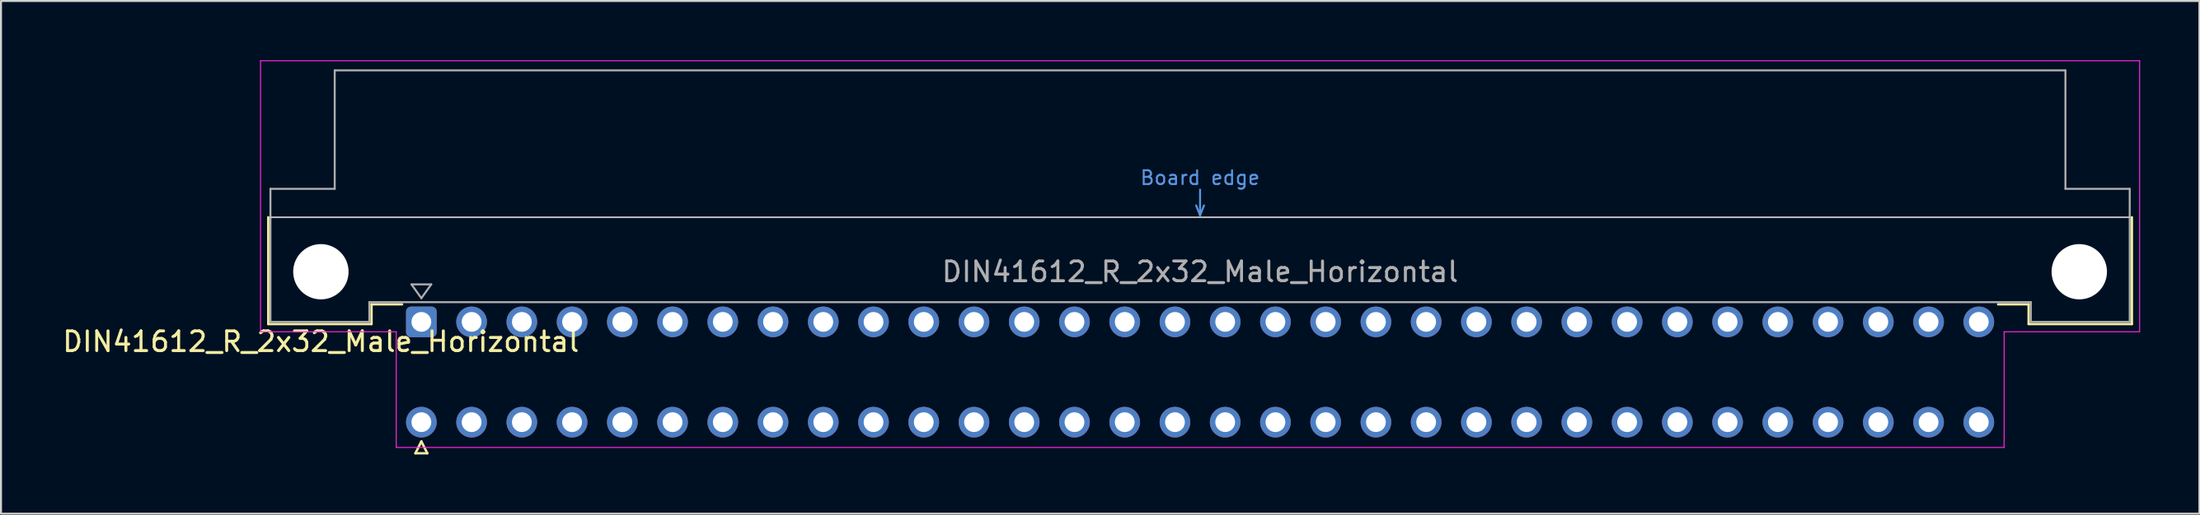
<source format=kicad_pcb>
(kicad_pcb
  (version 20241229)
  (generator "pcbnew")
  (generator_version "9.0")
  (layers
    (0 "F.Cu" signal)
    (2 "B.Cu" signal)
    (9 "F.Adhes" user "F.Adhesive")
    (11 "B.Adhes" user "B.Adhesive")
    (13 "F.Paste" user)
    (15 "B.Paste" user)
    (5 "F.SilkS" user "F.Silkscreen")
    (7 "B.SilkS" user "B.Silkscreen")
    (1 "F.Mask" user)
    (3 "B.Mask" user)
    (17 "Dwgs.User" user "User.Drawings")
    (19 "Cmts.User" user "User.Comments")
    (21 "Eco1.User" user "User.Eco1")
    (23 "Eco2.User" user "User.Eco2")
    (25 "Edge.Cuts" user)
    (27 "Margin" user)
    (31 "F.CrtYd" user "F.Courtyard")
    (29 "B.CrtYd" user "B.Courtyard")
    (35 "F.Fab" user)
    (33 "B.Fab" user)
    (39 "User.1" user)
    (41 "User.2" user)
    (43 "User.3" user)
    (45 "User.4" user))
  (footprint "DIN41612_R_2x32_Male_Horizontal"
    (layer "F.Cu")
    (at 18.253 13.255)
    (property "Reference" "DIN41612_R_2x32_Male_Horizontal" (at -5.08 1 0) (layer "F.SilkS") (effects (font (size 1 1) (thickness 0.15))))
    (attr through_hole)
    (fp_line (start -7.74 -5.3) (end -7.74 0.11) (stroke (width 0.12) (type solid)) (layer "F.SilkS"))
    (fp_line (start -7.74 0.11) (end -2.52 0.11) (stroke (width 0.12) (type solid)) (layer "F.SilkS"))
    (fp_line (start -2.52 -0.89) (end -0.975 -0.89) (stroke (width 0.12) (type solid)) (layer "F.SilkS"))
    (fp_line (start -2.52 0.11) (end -2.52 -0.89) (stroke (width 0.12) (type solid)) (layer "F.SilkS"))
    (fp_line (start -0.3 6.655) (end 0.3 6.655) (stroke (width 0.12) (type solid)) (layer "F.SilkS"))
    (fp_line (start 0 6.055) (end -0.3 6.655) (stroke (width 0.12) (type solid)) (layer "F.SilkS"))
    (fp_line (start 0.3 6.655) (end 0 6.055) (stroke (width 0.12) (type solid)) (layer "F.SilkS"))
    (fp_line (start 81.26 -0.89) (end 79.715 -0.89) (stroke (width 0.12) (type solid)) (layer "F.SilkS"))
    (fp_line (start 81.26 0.11) (end 81.26 -0.89) (stroke (width 0.12) (type solid)) (layer "F.SilkS"))
    (fp_line (start 86.48 -5.3) (end 86.48 0.11) (stroke (width 0.12) (type solid)) (layer "F.SilkS"))
    (fp_line (start 86.48 0.11) (end 81.26 0.11) (stroke (width 0.12) (type solid)) (layer "F.SilkS"))
    (fp_line (start -7.63 -5.3) (end 86.37 -5.3) (stroke (width 0.08) (type solid)) (layer "Dwgs.User"))
    (fp_line (start 39.17 -5.9) (end 39.37 -5.4) (stroke (width 0.1) (type solid)) (layer "Cmts.User"))
    (fp_line (start 39.37 -5.4) (end 39.37 -6.7) (stroke (width 0.1) (type solid)) (layer "Cmts.User"))
    (fp_line (start 39.37 -5.4) (end 39.57 -5.9) (stroke (width 0.1) (type solid)) (layer "Cmts.User"))
    (fp_line (start -8.13 -13.23) (end -8.13 0.5) (stroke (width 0.05) (type solid)) (layer "F.CrtYd"))
    (fp_line (start -8.13 0.5) (end -1.27 0.5) (stroke (width 0.05) (type solid)) (layer "F.CrtYd"))
    (fp_line (start -1.27 0.5) (end -1.27 6.36) (stroke (width 0.05) (type solid)) (layer "F.CrtYd"))
    (fp_line (start -1.27 6.36) (end 80.02 6.36) (stroke (width 0.05) (type solid)) (layer "F.CrtYd"))
    (fp_line (start 80.02 0.5) (end 86.87 0.5) (stroke (width 0.05) (type solid)) (layer "F.CrtYd"))
    (fp_line (start 80.02 6.36) (end 80.02 0.5) (stroke (width 0.05) (type solid)) (layer "F.CrtYd"))
    (fp_line (start 86.87 -13.23) (end -8.13 -13.23) (stroke (width 0.05) (type solid)) (layer "F.CrtYd"))
    (fp_line (start 86.87 0.5) (end 86.87 -13.23) (stroke (width 0.05) (type solid)) (layer "F.CrtYd"))
    (fp_line (start -7.63 -6.74) (end -7.63 0) (stroke (width 0.1) (type solid)) (layer "F.Fab"))
    (fp_line (start -7.63 0) (end -2.63 0) (stroke (width 0.1) (type solid)) (layer "F.Fab"))
    (fp_line (start -4.38 -12.74) (end -4.38 -6.74) (stroke (width 0.1) (type solid)) (layer "F.Fab"))
    (fp_line (start -4.38 -6.74) (end -7.63 -6.74) (stroke (width 0.1) (type solid)) (layer "F.Fab"))
    (fp_line (start -2.63 -1) (end 81.37 -1) (stroke (width 0.1) (type solid)) (layer "F.Fab"))
    (fp_line (start -2.63 0) (end -2.63 -1) (stroke (width 0.1) (type solid)) (layer "F.Fab"))
    (fp_line (start -0.5 -1.9) (end 0.5 -1.9) (stroke (width 0.1) (type solid)) (layer "F.Fab"))
    (fp_line (start 0 -1.2) (end -0.5 -1.9) (stroke (width 0.1) (type solid)) (layer "F.Fab"))
    (fp_line (start 0.5 -1.9) (end 0 -1.2) (stroke (width 0.1) (type solid)) (layer "F.Fab"))
    (fp_line (start 81.37 -1) (end 81.37 0) (stroke (width 0.1) (type solid)) (layer "F.Fab"))
    (fp_line (start 81.37 0) (end 86.37 0) (stroke (width 0.1) (type solid)) (layer "F.Fab"))
    (fp_line (start 83.12 -12.74) (end -4.38 -12.74) (stroke (width 0.1) (type solid)) (layer "F.Fab"))
    (fp_line (start 83.12 -6.74) (end 83.12 -12.74) (stroke (width 0.1) (type solid)) (layer "F.Fab"))
    (fp_line (start 86.37 -6.74) (end 83.12 -6.74) (stroke (width 0.1) (type solid)) (layer "F.Fab"))
    (fp_line (start 86.37 0) (end 86.37 -6.74) (stroke (width 0.1) (type solid)) (layer "F.Fab"))
    (fp_text user "Board edge" (at 39.37 -7.3 0) (layer "Cmts.User") (effects (font (size 0.7 0.7) (thickness 0.1))))
    (fp_text user "${REFERENCE}" (at 39.37 -2.54 0) (layer "F.Fab") (effects (font (size 1 1) (thickness 0.15))))
    (pad "" np_thru_hole circle (at -5.08 -2.54) (size 2.8 2.8) (drill 2.8) (layers "*.Cu" "*.Mask"))
    (pad "" np_thru_hole circle (at 83.82 -2.54) (size 2.8 2.8) (drill 2.8) (layers "*.Cu" "*.Mask"))
    (pad "a1" thru_hole roundrect (at 0 0) (size 1.55 1.55) (drill 1) (layers "*.Cu" "*.Mask") (roundrect_rratio 0.161))
    (pad "a2" thru_hole circle (at 2.54 0) (size 1.55 1.55) (drill 1) (layers "*.Cu" "*.Mask"))
    (pad "a3" thru_hole circle (at 5.08 0) (size 1.55 1.55) (drill 1) (layers "*.Cu" "*.Mask"))
    (pad "a4" thru_hole circle (at 7.62 0) (size 1.55 1.55) (drill 1) (layers "*.Cu" "*.Mask"))
    (pad "a5" thru_hole circle (at 10.16 0) (size 1.55 1.55) (drill 1) (layers "*.Cu" "*.Mask"))
    (pad "a6" thru_hole circle (at 12.7 0) (size 1.55 1.55) (drill 1) (layers "*.Cu" "*.Mask"))
    (pad "a7" thru_hole circle (at 15.24 0) (size 1.55 1.55) (drill 1) (layers "*.Cu" "*.Mask"))
    (pad "a8" thru_hole circle (at 17.78 0) (size 1.55 1.55) (drill 1) (layers "*.Cu" "*.Mask"))
    (pad "a9" thru_hole circle (at 20.32 0) (size 1.55 1.55) (drill 1) (layers "*.Cu" "*.Mask"))
    (pad "a10" thru_hole circle (at 22.86 0) (size 1.55 1.55) (drill 1) (layers "*.Cu" "*.Mask"))
    (pad "a11" thru_hole circle (at 25.4 0) (size 1.55 1.55) (drill 1) (layers "*.Cu" "*.Mask"))
    (pad "a12" thru_hole circle (at 27.94 0) (size 1.55 1.55) (drill 1) (layers "*.Cu" "*.Mask"))
    (pad "a13" thru_hole circle (at 30.48 0) (size 1.55 1.55) (drill 1) (layers "*.Cu" "*.Mask"))
    (pad "a14" thru_hole circle (at 33.02 0) (size 1.55 1.55) (drill 1) (layers "*.Cu" "*.Mask"))
    (pad "a15" thru_hole circle (at 35.56 0) (size 1.55 1.55) (drill 1) (layers "*.Cu" "*.Mask"))
    (pad "a16" thru_hole circle (at 38.1 0) (size 1.55 1.55) (drill 1) (layers "*.Cu" "*.Mask"))
    (pad "a17" thru_hole circle (at 40.64 0) (size 1.55 1.55) (drill 1) (layers "*.Cu" "*.Mask"))
    (pad "a18" thru_hole circle (at 43.18 0) (size 1.55 1.55) (drill 1) (layers "*.Cu" "*.Mask"))
    (pad "a19" thru_hole circle (at 45.72 0) (size 1.55 1.55) (drill 1) (layers "*.Cu" "*.Mask"))
    (pad "a20" thru_hole circle (at 48.26 0) (size 1.55 1.55) (drill 1) (layers "*.Cu" "*.Mask"))
    (pad "a21" thru_hole circle (at 50.8 0) (size 1.55 1.55) (drill 1) (layers "*.Cu" "*.Mask"))
    (pad "a22" thru_hole circle (at 53.34 0) (size 1.55 1.55) (drill 1) (layers "*.Cu" "*.Mask"))
    (pad "a23" thru_hole circle (at 55.88 0) (size 1.55 1.55) (drill 1) (layers "*.Cu" "*.Mask"))
    (pad "a24" thru_hole circle (at 58.42 0) (size 1.55 1.55) (drill 1) (layers "*.Cu" "*.Mask"))
    (pad "a25" thru_hole circle (at 60.96 0) (size 1.55 1.55) (drill 1) (layers "*.Cu" "*.Mask"))
    (pad "a26" thru_hole circle (at 63.5 0) (size 1.55 1.55) (drill 1) (layers "*.Cu" "*.Mask"))
    (pad "a27" thru_hole circle (at 66.04 0) (size 1.55 1.55) (drill 1) (layers "*.Cu" "*.Mask"))
    (pad "a28" thru_hole circle (at 68.58 0) (size 1.55 1.55) (drill 1) (layers "*.Cu" "*.Mask"))
    (pad "a29" thru_hole circle (at 71.12 0) (size 1.55 1.55) (drill 1) (layers "*.Cu" "*.Mask"))
    (pad "a30" thru_hole circle (at 73.66 0) (size 1.55 1.55) (drill 1) (layers "*.Cu" "*.Mask"))
    (pad "a31" thru_hole circle (at 76.2 0) (size 1.55 1.55) (drill 1) (layers "*.Cu" "*.Mask"))
    (pad "a32" thru_hole circle (at 78.74 0) (size 1.55 1.55) (drill 1) (layers "*.Cu" "*.Mask"))
    (pad "c1" thru_hole circle (at 0 5.08) (size 1.55 1.55) (drill 1) (layers "*.Cu" "*.Mask"))
    (pad "c2" thru_hole circle (at 2.54 5.08) (size 1.55 1.55) (drill 1) (layers "*.Cu" "*.Mask"))
    (pad "c3" thru_hole circle (at 5.08 5.08) (size 1.55 1.55) (drill 1) (layers "*.Cu" "*.Mask"))
    (pad "c4" thru_hole circle (at 7.62 5.08) (size 1.55 1.55) (drill 1) (layers "*.Cu" "*.Mask"))
    (pad "c5" thru_hole circle (at 10.16 5.08) (size 1.55 1.55) (drill 1) (layers "*.Cu" "*.Mask"))
    (pad "c6" thru_hole circle (at 12.7 5.08) (size 1.55 1.55) (drill 1) (layers "*.Cu" "*.Mask"))
    (pad "c7" thru_hole circle (at 15.24 5.08) (size 1.55 1.55) (drill 1) (layers "*.Cu" "*.Mask"))
    (pad "c8" thru_hole circle (at 17.78 5.08) (size 1.55 1.55) (drill 1) (layers "*.Cu" "*.Mask"))
    (pad "c9" thru_hole circle (at 20.32 5.08) (size 1.55 1.55) (drill 1) (layers "*.Cu" "*.Mask"))
    (pad "c10" thru_hole circle (at 22.86 5.08) (size 1.55 1.55) (drill 1) (layers "*.Cu" "*.Mask"))
    (pad "c11" thru_hole circle (at 25.4 5.08) (size 1.55 1.55) (drill 1) (layers "*.Cu" "*.Mask"))
    (pad "c12" thru_hole circle (at 27.94 5.08) (size 1.55 1.55) (drill 1) (layers "*.Cu" "*.Mask"))
    (pad "c13" thru_hole circle (at 30.48 5.08) (size 1.55 1.55) (drill 1) (layers "*.Cu" "*.Mask"))
    (pad "c14" thru_hole circle (at 33.02 5.08) (size 1.55 1.55) (drill 1) (layers "*.Cu" "*.Mask"))
    (pad "c15" thru_hole circle (at 35.56 5.08) (size 1.55 1.55) (drill 1) (layers "*.Cu" "*.Mask"))
    (pad "c16" thru_hole circle (at 38.1 5.08) (size 1.55 1.55) (drill 1) (layers "*.Cu" "*.Mask"))
    (pad "c17" thru_hole circle (at 40.64 5.08) (size 1.55 1.55) (drill 1) (layers "*.Cu" "*.Mask"))
    (pad "c18" thru_hole circle (at 43.18 5.08) (size 1.55 1.55) (drill 1) (layers "*.Cu" "*.Mask"))
    (pad "c19" thru_hole circle (at 45.72 5.08) (size 1.55 1.55) (drill 1) (layers "*.Cu" "*.Mask"))
    (pad "c20" thru_hole circle (at 48.26 5.08) (size 1.55 1.55) (drill 1) (layers "*.Cu" "*.Mask"))
    (pad "c21" thru_hole circle (at 50.8 5.08) (size 1.55 1.55) (drill 1) (layers "*.Cu" "*.Mask"))
    (pad "c22" thru_hole circle (at 53.34 5.08) (size 1.55 1.55) (drill 1) (layers "*.Cu" "*.Mask"))
    (pad "c23" thru_hole circle (at 55.88 5.08) (size 1.55 1.55) (drill 1) (layers "*.Cu" "*.Mask"))
    (pad "c24" thru_hole circle (at 58.42 5.08) (size 1.55 1.55) (drill 1) (layers "*.Cu" "*.Mask"))
    (pad "c25" thru_hole circle (at 60.96 5.08) (size 1.55 1.55) (drill 1) (layers "*.Cu" "*.Mask"))
    (pad "c26" thru_hole circle (at 63.5 5.08) (size 1.55 1.55) (drill 1) (layers "*.Cu" "*.Mask"))
    (pad "c27" thru_hole circle (at 66.04 5.08) (size 1.55 1.55) (drill 1) (layers "*.Cu" "*.Mask"))
    (pad "c28" thru_hole circle (at 68.58 5.08) (size 1.55 1.55) (drill 1) (layers "*.Cu" "*.Mask"))
    (pad "c29" thru_hole circle (at 71.12 5.08) (size 1.55 1.55) (drill 1) (layers "*.Cu" "*.Mask"))
    (pad "c30" thru_hole circle (at 73.66 5.08) (size 1.55 1.55) (drill 1) (layers "*.Cu" "*.Mask"))
    (pad "c31" thru_hole circle (at 76.2 5.08) (size 1.55 1.55) (drill 1) (layers "*.Cu" "*.Mask"))
    (pad "c32" thru_hole circle (at 78.74 5.08) (size 1.55 1.55) (drill 1) (layers "*.Cu" "*.Mask")))
  (gr_rect
    (start -3 -3)
    (end 108.148 22.97)
    (stroke (width 0.1) (type default))
    (fill no)
    (layer "Edge.Cuts")))
</source>
